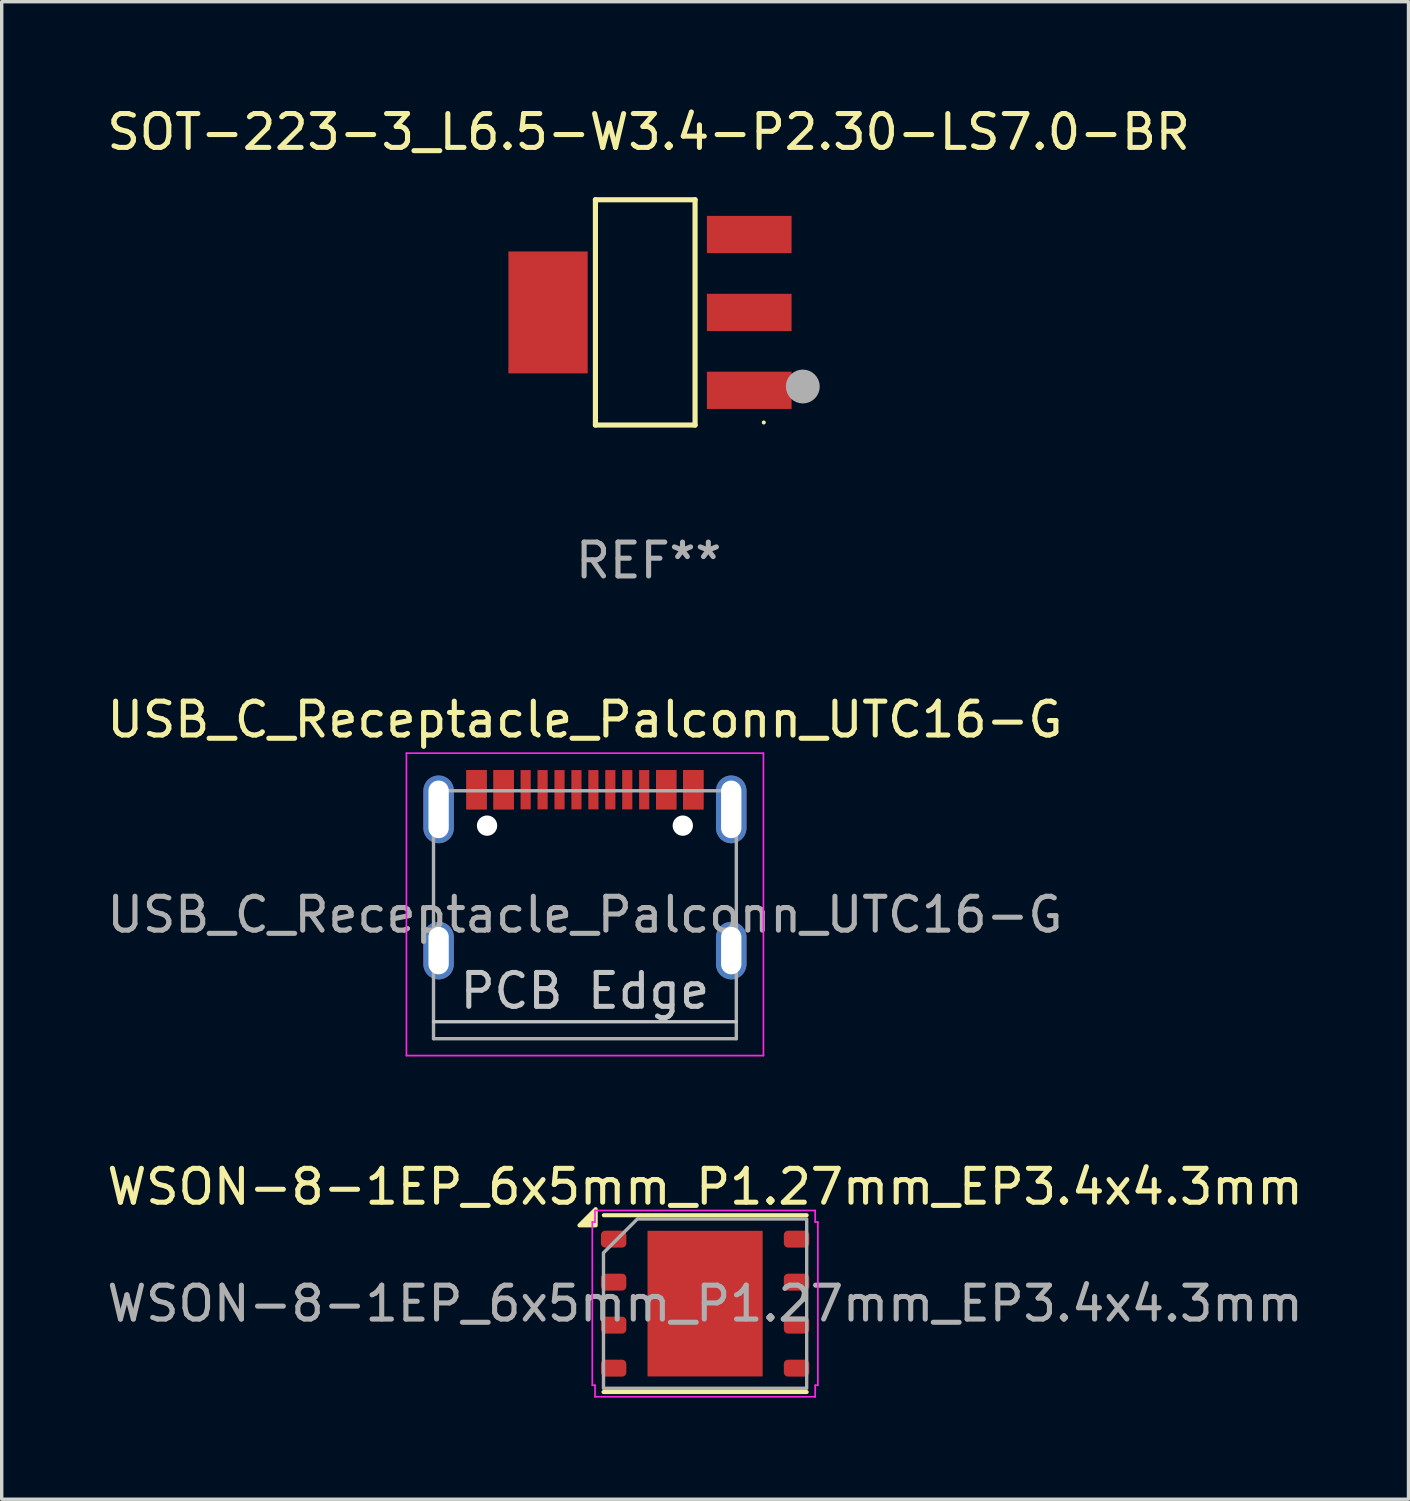
<source format=kicad_pcb>
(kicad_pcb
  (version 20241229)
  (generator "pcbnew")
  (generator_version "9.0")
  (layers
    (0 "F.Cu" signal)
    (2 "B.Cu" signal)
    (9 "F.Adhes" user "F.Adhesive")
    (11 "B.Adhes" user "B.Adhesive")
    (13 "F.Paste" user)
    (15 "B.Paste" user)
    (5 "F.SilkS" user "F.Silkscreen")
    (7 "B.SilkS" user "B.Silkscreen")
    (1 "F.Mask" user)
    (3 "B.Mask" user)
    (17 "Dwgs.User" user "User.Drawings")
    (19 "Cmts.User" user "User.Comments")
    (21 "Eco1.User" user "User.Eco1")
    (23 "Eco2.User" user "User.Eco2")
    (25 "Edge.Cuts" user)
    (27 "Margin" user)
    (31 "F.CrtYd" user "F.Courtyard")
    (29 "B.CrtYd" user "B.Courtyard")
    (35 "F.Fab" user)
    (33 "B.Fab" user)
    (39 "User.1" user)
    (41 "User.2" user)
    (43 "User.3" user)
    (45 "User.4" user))
  (footprint "USB_C_Receptacle_Palconn_UTC16-G"
    (layer "F.Cu")
    (at 14.22 22.777)
    (property "Reference" "USB_C_Receptacle_Palconn_UTC16-G" (at 0 -4.58 0) (layer "F.SilkS") (effects (font (size 1 1) (thickness 0.15))))
    (attr smd)
    (fp_line (start -4.47 4.34) (end 4.47 4.34) (stroke (width 0.1) (type solid)) (layer "Dwgs.User"))
    (fp_line (start -5.27 -3.59) (end -5.27 5.34) (stroke (width 0.05) (type solid)) (layer "F.CrtYd"))
    (fp_line (start -5.27 5.34) (end 5.27 5.34) (stroke (width 0.05) (type solid)) (layer "F.CrtYd"))
    (fp_line (start 5.27 -3.59) (end -5.27 -3.59) (stroke (width 0.05) (type solid)) (layer "F.CrtYd"))
    (fp_line (start 5.27 5.34) (end 5.27 -3.59) (stroke (width 0.05) (type solid)) (layer "F.CrtYd"))
    (fp_line (start -4.47 -2.48) (end -4.47 4.84) (stroke (width 0.1) (type solid)) (layer "F.Fab"))
    (fp_line (start -4.47 -2.48) (end 4.47 -2.48) (stroke (width 0.1) (type solid)) (layer "F.Fab"))
    (fp_line (start 4.47 -2.48) (end 4.47 4.84) (stroke (width 0.1) (type solid)) (layer "F.Fab"))
    (fp_line (start 4.47 4.84) (end -4.47 4.84) (stroke (width 0.1) (type solid)) (layer "F.Fab"))
    (fp_text user "PCB Edge" (at 0 3.43 0) (layer "Dwgs.User") (effects (font (size 1 1) (thickness 0.15))))
    (fp_text user "${REFERENCE}" (at 0 1.18 0) (layer "F.Fab") (effects (font (size 1 1) (thickness 0.15))))
    (pad "" np_thru_hole circle (at -2.89 -1.45 180) (size 0.6 0.6) (drill 0.6) (layers "*.Cu" "*.Mask"))
    (pad "" np_thru_hole circle (at 2.89 -1.45 180) (size 0.6 0.6) (drill 0.6) (layers "*.Cu" "*.Mask"))
    (pad "A1" smd rect (at -3.2 -2.51) (size 0.6 1.16) (layers "F.Cu" "F.Mask" "F.Paste"))
    (pad "A4" smd rect (at -2.4 -2.51) (size 0.6 1.16) (layers "F.Cu" "F.Mask" "F.Paste"))
    (pad "A5" smd rect (at -1.25 -2.51 180) (size 0.3 1.16) (layers "F.Cu" "F.Mask" "F.Paste"))
    (pad "A6" smd rect (at -0.25 -2.51 180) (size 0.3 1.16) (layers "F.Cu" "F.Mask" "F.Paste"))
    (pad "A7" smd rect (at 0.25 -2.51 180) (size 0.3 1.16) (layers "F.Cu" "F.Mask" "F.Paste"))
    (pad "A8" smd rect (at 1.25 -2.51 180) (size 0.3 1.16) (layers "F.Cu" "F.Mask" "F.Paste"))
    (pad "A9" smd rect (at 2.4 -2.51) (size 0.6 1.16) (layers "F.Cu" "F.Mask" "F.Paste"))
    (pad "A12" smd rect (at 3.2 -2.51) (size 0.6 1.16) (layers "F.Cu" "F.Mask" "F.Paste"))
    (pad "B1" smd rect (at 3.2 -2.51) (size 0.6 1.16) (layers "F.Cu" "F.Mask" "F.Paste"))
    (pad "B4" smd rect (at 2.4 -2.51) (size 0.6 1.16) (layers "F.Cu" "F.Mask" "F.Paste"))
    (pad "B5" smd rect (at 1.75 -2.51 180) (size 0.3 1.16) (layers "F.Cu" "F.Mask" "F.Paste"))
    (pad "B6" smd rect (at 0.75 -2.51 180) (size 0.3 1.16) (layers "F.Cu" "F.Mask" "F.Paste"))
    (pad "B7" smd rect (at -0.75 -2.51 180) (size 0.3 1.16) (layers "F.Cu" "F.Mask" "F.Paste"))
    (pad "B8" smd rect (at -1.75 -2.51 180) (size 0.3 1.16) (layers "F.Cu" "F.Mask" "F.Paste"))
    (pad "B9" smd rect (at -2.4 -2.51) (size 0.6 1.16) (layers "F.Cu" "F.Mask" "F.Paste"))
    (pad "B12" smd rect (at -3.2 -2.51) (size 0.6 1.16) (layers "F.Cu" "F.Mask" "F.Paste"))
    (pad "S1" thru_hole oval (at -4.32 -1.93 90) (size 2 0.9) (drill oval 1.7 0.6) (property pad_prop_heatsink) (layers "*.Cu" "*.Mask"))
    (pad "S1" thru_hole oval (at -4.32 2.24 90) (size 1.7 0.9) (drill oval 1.4 0.6) (property pad_prop_heatsink) (layers "*.Cu" "*.Mask"))
    (pad "S1" thru_hole oval (at 4.32 -1.93 90) (size 2 0.9) (drill oval 1.7 0.6) (property pad_prop_heatsink) (layers "*.Cu" "*.Mask"))
    (pad "S1" thru_hole oval (at 4.32 2.24 90) (size 1.7 0.9) (drill oval 1.4 0.6) (property pad_prop_heatsink) (layers "*.Cu" "*.Mask")))
  (footprint "SOT-223-3_L6.5-W3.4-P2.30-LS7.0-BR"
    (layer "F.Cu")
    (at 16.101 6.174)
    (property "Reference" "SOT-223-3_L6.5-W3.4-P2.30-LS7.0-BR" (at -0.000013 -5.326 0) (layer "F.SilkS") (effects (font (size 1 1) (thickness 0.15))))
    (attr smd)
    (fp_line (start -1.571 -3.326) (end 1.371 -3.326) (stroke (width 0.152) (type solid)) (layer "F.SilkS"))
    (fp_line (start -1.571 3.326) (end -1.571 -3.326) (stroke (width 0.152) (type solid)) (layer "F.SilkS"))
    (fp_line (start 1.371 -3.326) (end 1.371 3.326) (stroke (width 0.152) (type solid)) (layer "F.SilkS"))
    (fp_line (start 1.371 3.326) (end -1.571 3.326) (stroke (width 0.152) (type solid)) (layer "F.SilkS"))
    (fp_circle (center 3.4 3.25) (end 3.43 3.25) (stroke (width 0.06) (type solid)) (fill no) (layer "F.SilkS"))
    (fp_circle (center 4.552 2.188) (end 4.802 2.188) (stroke (width 0.5) (type solid)) (fill no) (layer "F.Fab"))
    (fp_text user "REF**" (at -0.000013 7.326 0) (layer "F.Fab") (effects (font (size 1 1) (thickness 0.15))))
    (pad "1" smd rect (at 2.97 2.3) (size 2.5 1.1) (layers "F.Cu" "F.Mask" "F.Paste"))
    (pad "2" smd rect (at 2.97 0) (size 2.5 1.1) (layers "F.Cu" "F.Mask" "F.Paste"))
    (pad "3" smd rect (at 2.97 -2.3) (size 2.5 1.1) (layers "F.Cu" "F.Mask" "F.Paste"))
    (pad "4" smd rect (at -2.97 0) (size 2.34 3.6) (layers "F.Cu" "F.Mask" "F.Paste")))
  (footprint "WSON-8-1EP_6x5mm_P1.27mm_EP3.4x4.3mm"
    (layer "F.Cu")
    (at 17.768 35.44)
    (property "Reference" "WSON-8-1EP_6x5mm_P1.27mm_EP3.4x4.3mm" (at 0 -3.45 180) (layer "F.SilkS") (effects (font (size 1 1) (thickness 0.15))))
    (attr smd)
    (fp_line (start -3 2.61) (end 3 2.61) (stroke (width 0.12) (type solid)) (layer "F.SilkS"))
    (fp_line (start -2.99 -2.61) (end 3 -2.61) (stroke (width 0.12) (type solid)) (layer "F.SilkS"))
    (fp_poly (pts (xy -3.23 -2.31) (xy -3.71 -2.31) (xy -3.23 -2.79)) (stroke (width 0.12) (type solid)) (fill yes) (layer "F.SilkS"))
    (fp_line (start -3.33 -2.41) (end -3.25 -2.41) (stroke (width 0.05) (type solid)) (layer "F.CrtYd"))
    (fp_line (start -3.33 2.41) (end -3.33 -2.41) (stroke (width 0.05) (type solid)) (layer "F.CrtYd"))
    (fp_line (start -3.25 -2.75) (end 3.25 -2.75) (stroke (width 0.05) (type solid)) (layer "F.CrtYd"))
    (fp_line (start -3.25 -2.41) (end -3.25 -2.75) (stroke (width 0.05) (type solid)) (layer "F.CrtYd"))
    (fp_line (start -3.25 2.41) (end -3.33 2.41) (stroke (width 0.05) (type solid)) (layer "F.CrtYd"))
    (fp_line (start -3.25 2.75) (end -3.25 2.41) (stroke (width 0.05) (type solid)) (layer "F.CrtYd"))
    (fp_line (start 3.25 -2.75) (end 3.25 -2.41) (stroke (width 0.05) (type solid)) (layer "F.CrtYd"))
    (fp_line (start 3.25 -2.41) (end 3.33 -2.41) (stroke (width 0.05) (type solid)) (layer "F.CrtYd"))
    (fp_line (start 3.25 2.41) (end 3.25 2.75) (stroke (width 0.05) (type solid)) (layer "F.CrtYd"))
    (fp_line (start 3.25 2.75) (end -3.25 2.75) (stroke (width 0.05) (type solid)) (layer "F.CrtYd"))
    (fp_line (start 3.33 -2.41) (end 3.33 2.41) (stroke (width 0.05) (type solid)) (layer "F.CrtYd"))
    (fp_line (start 3.33 2.41) (end 3.25 2.41) (stroke (width 0.05) (type solid)) (layer "F.CrtYd"))
    (fp_poly (pts (xy -3 -1.5) (xy -3 2.5) (xy 3 2.5) (xy 3 -2.5) (xy -2 -2.5)) (stroke (width 0.1) (type solid)) (fill no) (layer "F.Fab"))
    (fp_text user "${REFERENCE}" (at 0 0 180) (layer "F.Fab") (effects (font (size 1 1) (thickness 0.15))))
    (pad "" smd roundrect (at -0.85 -1.075) (size 1.37 1.73) (layers "F.Paste") (roundrect_rratio 0.182))
    (pad "" smd roundrect (at -0.85 1.075) (size 1.37 1.73) (layers "F.Paste") (roundrect_rratio 0.182))
    (pad "" smd roundrect (at 0.85 -1.075) (size 1.37 1.73) (layers "F.Paste") (roundrect_rratio 0.182))
    (pad "" smd roundrect (at 0.85 1.075) (size 1.37 1.73) (layers "F.Paste") (roundrect_rratio 0.182))
    (pad "1" smd roundrect (at -2.7 -1.905) (size 0.75 0.5) (layers "F.Cu" "F.Mask" "F.Paste") (roundrect_rratio 0.25))
    (pad "2" smd roundrect (at -2.7 -0.635) (size 0.75 0.5) (layers "F.Cu" "F.Mask" "F.Paste") (roundrect_rratio 0.25))
    (pad "3" smd roundrect (at -2.7 0.635) (size 0.75 0.5) (layers "F.Cu" "F.Mask" "F.Paste") (roundrect_rratio 0.25))
    (pad "4" smd roundrect (at -2.7 1.905) (size 0.75 0.5) (layers "F.Cu" "F.Mask" "F.Paste") (roundrect_rratio 0.25))
    (pad "5" smd roundrect (at 2.7 1.905) (size 0.75 0.5) (layers "F.Cu" "F.Mask" "F.Paste") (roundrect_rratio 0.25))
    (pad "6" smd roundrect (at 2.7 0.635) (size 0.75 0.5) (layers "F.Cu" "F.Mask" "F.Paste") (roundrect_rratio 0.25))
    (pad "7" smd roundrect (at 2.7 -0.635) (size 0.75 0.5) (layers "F.Cu" "F.Mask" "F.Paste") (roundrect_rratio 0.25))
    (pad "8" smd roundrect (at 2.7 -1.905) (size 0.75 0.5) (layers "F.Cu" "F.Mask" "F.Paste") (roundrect_rratio 0.25))
    (pad "9" smd rect (at 0 0) (size 3.4 4.3) (property pad_prop_heatsink) (layers "F.Cu" "F.Mask")))
  (gr_rect
    (start -3 -3)
    (end 38.536 41.215)
    (stroke (width 0.1) (type default))
    (fill no)
    (layer "Edge.Cuts")))
</source>
